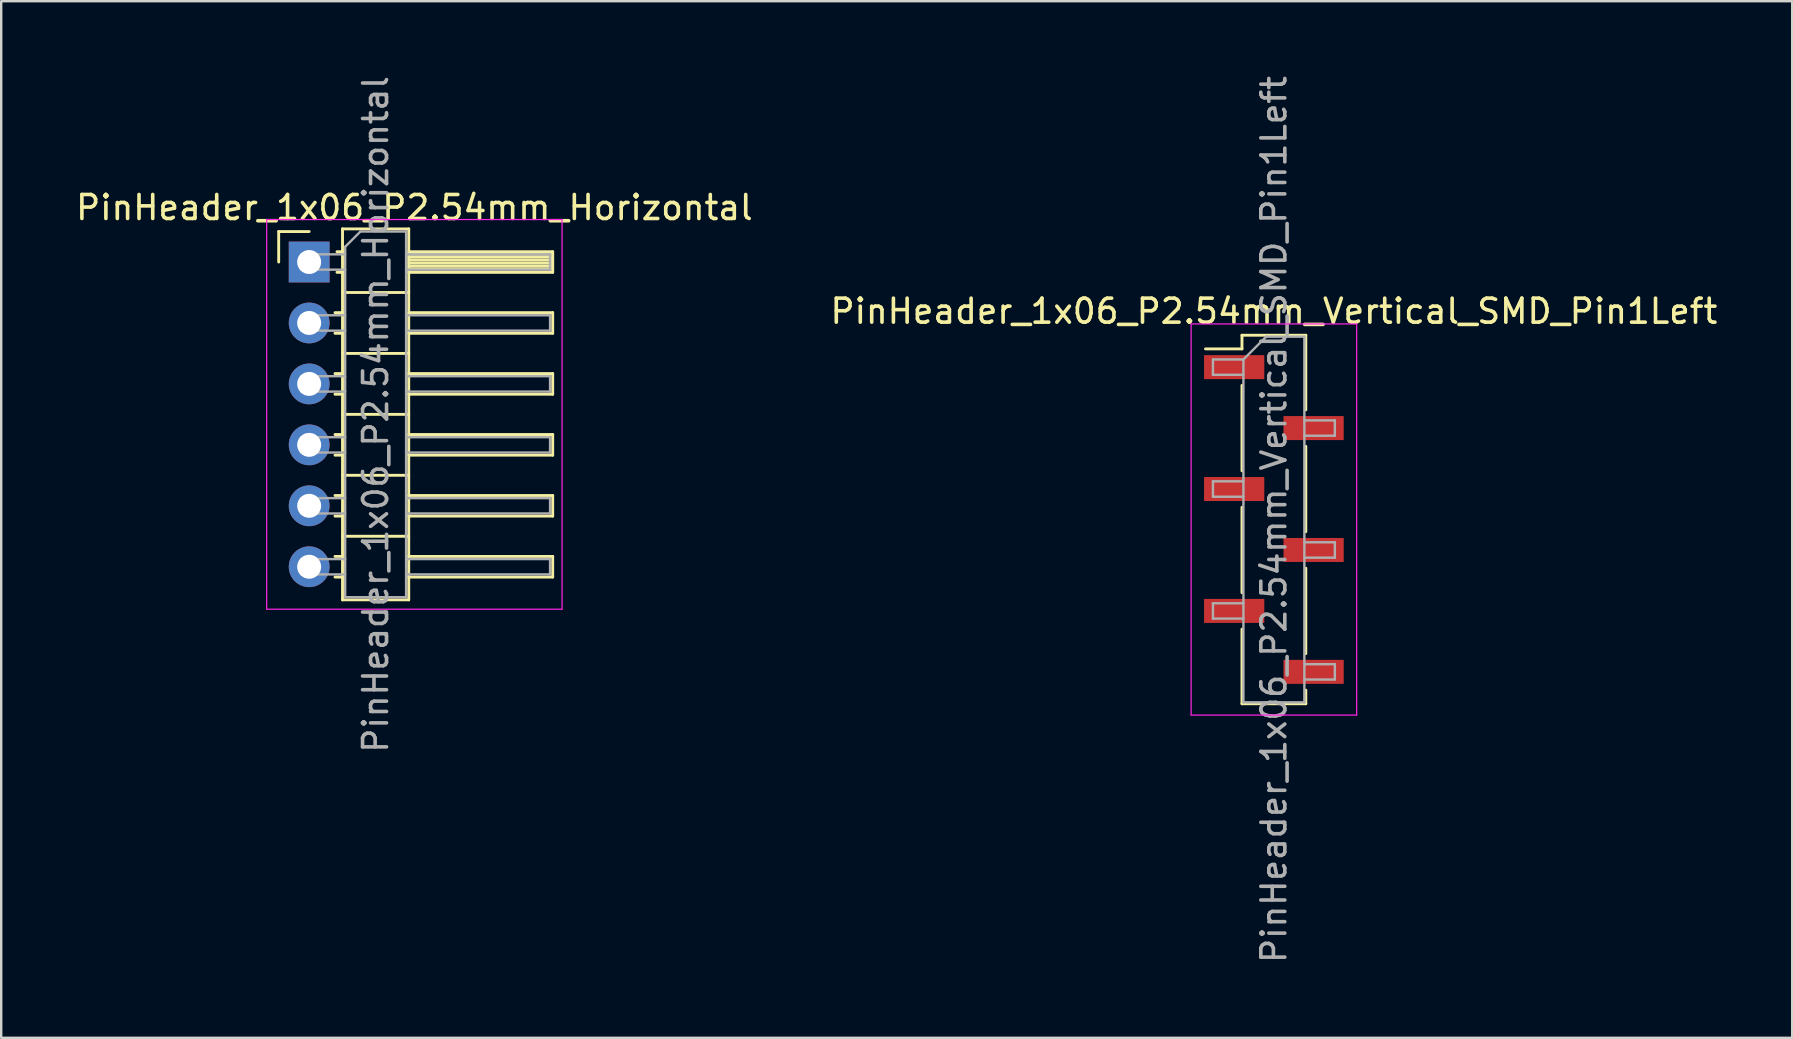
<source format=kicad_pcb>
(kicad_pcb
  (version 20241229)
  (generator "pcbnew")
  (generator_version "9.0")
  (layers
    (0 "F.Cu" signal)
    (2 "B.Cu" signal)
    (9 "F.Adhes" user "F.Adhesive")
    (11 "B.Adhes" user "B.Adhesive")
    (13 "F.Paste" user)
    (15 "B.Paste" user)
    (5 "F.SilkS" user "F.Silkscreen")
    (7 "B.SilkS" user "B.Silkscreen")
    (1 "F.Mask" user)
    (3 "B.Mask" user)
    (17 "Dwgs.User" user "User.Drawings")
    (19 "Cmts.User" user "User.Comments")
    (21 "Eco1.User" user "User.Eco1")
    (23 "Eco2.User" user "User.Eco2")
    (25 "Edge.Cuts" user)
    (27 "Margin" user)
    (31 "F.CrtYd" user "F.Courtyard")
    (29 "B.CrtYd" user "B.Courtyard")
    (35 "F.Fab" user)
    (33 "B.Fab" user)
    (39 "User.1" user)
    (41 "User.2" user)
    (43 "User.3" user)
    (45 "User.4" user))
  (footprint "PinHeader_1x06_P2.54mm_Horizontal"
    (layer "F.Cu")
    (at 9.835 7.87)
    (property "Reference" "PinHeader_1x06_P2.54mm_Horizontal" (at 4.385 -2.27 0) (layer "F.SilkS") (effects (font (size 1 1) (thickness 0.15))))
    (attr through_hole)
    (fp_line (start -1.27 -1.27) (end 0 -1.27) (stroke (width 0.12) (type solid)) (layer "F.SilkS"))
    (fp_line (start -1.27 0) (end -1.27 -1.27) (stroke (width 0.12) (type solid)) (layer "F.SilkS"))
    (fp_line (start 1.077 2.11) (end 1.39 2.11) (stroke (width 0.12) (type solid)) (layer "F.SilkS"))
    (fp_line (start 1.077 2.97) (end 1.39 2.97) (stroke (width 0.12) (type solid)) (layer "F.SilkS"))
    (fp_line (start 1.077 4.65) (end 1.39 4.65) (stroke (width 0.12) (type solid)) (layer "F.SilkS"))
    (fp_line (start 1.077 5.51) (end 1.39 5.51) (stroke (width 0.12) (type solid)) (layer "F.SilkS"))
    (fp_line (start 1.077 7.19) (end 1.39 7.19) (stroke (width 0.12) (type solid)) (layer "F.SilkS"))
    (fp_line (start 1.077 8.05) (end 1.39 8.05) (stroke (width 0.12) (type solid)) (layer "F.SilkS"))
    (fp_line (start 1.077 9.73) (end 1.39 9.73) (stroke (width 0.12) (type solid)) (layer "F.SilkS"))
    (fp_line (start 1.077 10.59) (end 1.39 10.59) (stroke (width 0.12) (type solid)) (layer "F.SilkS"))
    (fp_line (start 1.077 12.27) (end 1.39 12.27) (stroke (width 0.12) (type solid)) (layer "F.SilkS"))
    (fp_line (start 1.077 13.13) (end 1.39 13.13) (stroke (width 0.12) (type solid)) (layer "F.SilkS"))
    (fp_line (start 1.16 -0.43) (end 1.39 -0.43) (stroke (width 0.12) (type solid)) (layer "F.SilkS"))
    (fp_line (start 1.16 0.43) (end 1.39 0.43) (stroke (width 0.12) (type solid)) (layer "F.SilkS"))
    (fp_line (start 1.39 -1.38) (end 1.39 14.08) (stroke (width 0.12) (type solid)) (layer "F.SilkS"))
    (fp_line (start 1.39 1.27) (end 4.15 1.27) (stroke (width 0.12) (type solid)) (layer "F.SilkS"))
    (fp_line (start 1.39 3.81) (end 4.15 3.81) (stroke (width 0.12) (type solid)) (layer "F.SilkS"))
    (fp_line (start 1.39 6.35) (end 4.15 6.35) (stroke (width 0.12) (type solid)) (layer "F.SilkS"))
    (fp_line (start 1.39 8.89) (end 4.15 8.89) (stroke (width 0.12) (type solid)) (layer "F.SilkS"))
    (fp_line (start 1.39 11.43) (end 4.15 11.43) (stroke (width 0.12) (type solid)) (layer "F.SilkS"))
    (fp_line (start 1.39 14.08) (end 4.15 14.08) (stroke (width 0.12) (type solid)) (layer "F.SilkS"))
    (fp_line (start 4.15 -1.38) (end 1.39 -1.38) (stroke (width 0.12) (type solid)) (layer "F.SilkS"))
    (fp_line (start 4.15 -0.43) (end 10.15 -0.43) (stroke (width 0.12) (type solid)) (layer "F.SilkS"))
    (fp_line (start 4.15 -0.32) (end 10.15 -0.32) (stroke (width 0.12) (type solid)) (layer "F.SilkS"))
    (fp_line (start 4.15 -0.2) (end 10.15 -0.2) (stroke (width 0.12) (type solid)) (layer "F.SilkS"))
    (fp_line (start 4.15 -0.08) (end 10.15 -0.08) (stroke (width 0.12) (type solid)) (layer "F.SilkS"))
    (fp_line (start 4.15 0.04) (end 10.15 0.04) (stroke (width 0.12) (type solid)) (layer "F.SilkS"))
    (fp_line (start 4.15 0.16) (end 10.15 0.16) (stroke (width 0.12) (type solid)) (layer "F.SilkS"))
    (fp_line (start 4.15 0.28) (end 10.15 0.28) (stroke (width 0.12) (type solid)) (layer "F.SilkS"))
    (fp_line (start 4.15 2.11) (end 10.15 2.11) (stroke (width 0.12) (type solid)) (layer "F.SilkS"))
    (fp_line (start 4.15 4.65) (end 10.15 4.65) (stroke (width 0.12) (type solid)) (layer "F.SilkS"))
    (fp_line (start 4.15 7.19) (end 10.15 7.19) (stroke (width 0.12) (type solid)) (layer "F.SilkS"))
    (fp_line (start 4.15 9.73) (end 10.15 9.73) (stroke (width 0.12) (type solid)) (layer "F.SilkS"))
    (fp_line (start 4.15 12.27) (end 10.15 12.27) (stroke (width 0.12) (type solid)) (layer "F.SilkS"))
    (fp_line (start 4.15 14.08) (end 4.15 -1.38) (stroke (width 0.12) (type solid)) (layer "F.SilkS"))
    (fp_line (start 10.15 -0.43) (end 10.15 0.43) (stroke (width 0.12) (type solid)) (layer "F.SilkS"))
    (fp_line (start 10.15 0.43) (end 4.15 0.43) (stroke (width 0.12) (type solid)) (layer "F.SilkS"))
    (fp_line (start 10.15 2.11) (end 10.15 2.97) (stroke (width 0.12) (type solid)) (layer "F.SilkS"))
    (fp_line (start 10.15 2.97) (end 4.15 2.97) (stroke (width 0.12) (type solid)) (layer "F.SilkS"))
    (fp_line (start 10.15 4.65) (end 10.15 5.51) (stroke (width 0.12) (type solid)) (layer "F.SilkS"))
    (fp_line (start 10.15 5.51) (end 4.15 5.51) (stroke (width 0.12) (type solid)) (layer "F.SilkS"))
    (fp_line (start 10.15 7.19) (end 10.15 8.05) (stroke (width 0.12) (type solid)) (layer "F.SilkS"))
    (fp_line (start 10.15 8.05) (end 4.15 8.05) (stroke (width 0.12) (type solid)) (layer "F.SilkS"))
    (fp_line (start 10.15 9.73) (end 10.15 10.59) (stroke (width 0.12) (type solid)) (layer "F.SilkS"))
    (fp_line (start 10.15 10.59) (end 4.15 10.59) (stroke (width 0.12) (type solid)) (layer "F.SilkS"))
    (fp_line (start 10.15 12.27) (end 10.15 13.13) (stroke (width 0.12) (type solid)) (layer "F.SilkS"))
    (fp_line (start 10.15 13.13) (end 4.15 13.13) (stroke (width 0.12) (type solid)) (layer "F.SilkS"))
    (fp_line (start -1.77 -1.77) (end -1.77 14.47) (stroke (width 0.05) (type solid)) (layer "F.CrtYd"))
    (fp_line (start -1.77 14.47) (end 10.54 14.47) (stroke (width 0.05) (type solid)) (layer "F.CrtYd"))
    (fp_line (start 10.54 -1.77) (end -1.77 -1.77) (stroke (width 0.05) (type solid)) (layer "F.CrtYd"))
    (fp_line (start 10.54 14.47) (end 10.54 -1.77) (stroke (width 0.05) (type solid)) (layer "F.CrtYd"))
    (fp_line (start -0.32 -0.32) (end -0.32 0.32) (stroke (width 0.1) (type solid)) (layer "F.Fab"))
    (fp_line (start -0.32 -0.32) (end 1.5 -0.32) (stroke (width 0.1) (type solid)) (layer "F.Fab"))
    (fp_line (start -0.32 0.32) (end 1.5 0.32) (stroke (width 0.1) (type solid)) (layer "F.Fab"))
    (fp_line (start -0.32 2.22) (end -0.32 2.86) (stroke (width 0.1) (type solid)) (layer "F.Fab"))
    (fp_line (start -0.32 2.22) (end 1.5 2.22) (stroke (width 0.1) (type solid)) (layer "F.Fab"))
    (fp_line (start -0.32 2.86) (end 1.5 2.86) (stroke (width 0.1) (type solid)) (layer "F.Fab"))
    (fp_line (start -0.32 4.76) (end -0.32 5.4) (stroke (width 0.1) (type solid)) (layer "F.Fab"))
    (fp_line (start -0.32 4.76) (end 1.5 4.76) (stroke (width 0.1) (type solid)) (layer "F.Fab"))
    (fp_line (start -0.32 5.4) (end 1.5 5.4) (stroke (width 0.1) (type solid)) (layer "F.Fab"))
    (fp_line (start -0.32 7.3) (end -0.32 7.94) (stroke (width 0.1) (type solid)) (layer "F.Fab"))
    (fp_line (start -0.32 7.3) (end 1.5 7.3) (stroke (width 0.1) (type solid)) (layer "F.Fab"))
    (fp_line (start -0.32 7.94) (end 1.5 7.94) (stroke (width 0.1) (type solid)) (layer "F.Fab"))
    (fp_line (start -0.32 9.84) (end -0.32 10.48) (stroke (width 0.1) (type solid)) (layer "F.Fab"))
    (fp_line (start -0.32 9.84) (end 1.5 9.84) (stroke (width 0.1) (type solid)) (layer "F.Fab"))
    (fp_line (start -0.32 10.48) (end 1.5 10.48) (stroke (width 0.1) (type solid)) (layer "F.Fab"))
    (fp_line (start -0.32 12.38) (end -0.32 13.02) (stroke (width 0.1) (type solid)) (layer "F.Fab"))
    (fp_line (start -0.32 12.38) (end 1.5 12.38) (stroke (width 0.1) (type solid)) (layer "F.Fab"))
    (fp_line (start -0.32 13.02) (end 1.5 13.02) (stroke (width 0.1) (type solid)) (layer "F.Fab"))
    (fp_line (start 1.5 -0.635) (end 2.135 -1.27) (stroke (width 0.1) (type solid)) (layer "F.Fab"))
    (fp_line (start 1.5 13.97) (end 1.5 -0.635) (stroke (width 0.1) (type solid)) (layer "F.Fab"))
    (fp_line (start 2.135 -1.27) (end 4.04 -1.27) (stroke (width 0.1) (type solid)) (layer "F.Fab"))
    (fp_line (start 4.04 -1.27) (end 4.04 13.97) (stroke (width 0.1) (type solid)) (layer "F.Fab"))
    (fp_line (start 4.04 -0.32) (end 10.04 -0.32) (stroke (width 0.1) (type solid)) (layer "F.Fab"))
    (fp_line (start 4.04 0.32) (end 10.04 0.32) (stroke (width 0.1) (type solid)) (layer "F.Fab"))
    (fp_line (start 4.04 2.22) (end 10.04 2.22) (stroke (width 0.1) (type solid)) (layer "F.Fab"))
    (fp_line (start 4.04 2.86) (end 10.04 2.86) (stroke (width 0.1) (type solid)) (layer "F.Fab"))
    (fp_line (start 4.04 4.76) (end 10.04 4.76) (stroke (width 0.1) (type solid)) (layer "F.Fab"))
    (fp_line (start 4.04 5.4) (end 10.04 5.4) (stroke (width 0.1) (type solid)) (layer "F.Fab"))
    (fp_line (start 4.04 7.3) (end 10.04 7.3) (stroke (width 0.1) (type solid)) (layer "F.Fab"))
    (fp_line (start 4.04 7.94) (end 10.04 7.94) (stroke (width 0.1) (type solid)) (layer "F.Fab"))
    (fp_line (start 4.04 9.84) (end 10.04 9.84) (stroke (width 0.1) (type solid)) (layer "F.Fab"))
    (fp_line (start 4.04 10.48) (end 10.04 10.48) (stroke (width 0.1) (type solid)) (layer "F.Fab"))
    (fp_line (start 4.04 12.38) (end 10.04 12.38) (stroke (width 0.1) (type solid)) (layer "F.Fab"))
    (fp_line (start 4.04 13.02) (end 10.04 13.02) (stroke (width 0.1) (type solid)) (layer "F.Fab"))
    (fp_line (start 4.04 13.97) (end 1.5 13.97) (stroke (width 0.1) (type solid)) (layer "F.Fab"))
    (fp_line (start 10.04 -0.32) (end 10.04 0.32) (stroke (width 0.1) (type solid)) (layer "F.Fab"))
    (fp_line (start 10.04 2.22) (end 10.04 2.86) (stroke (width 0.1) (type solid)) (layer "F.Fab"))
    (fp_line (start 10.04 4.76) (end 10.04 5.4) (stroke (width 0.1) (type solid)) (layer "F.Fab"))
    (fp_line (start 10.04 7.3) (end 10.04 7.94) (stroke (width 0.1) (type solid)) (layer "F.Fab"))
    (fp_line (start 10.04 9.84) (end 10.04 10.48) (stroke (width 0.1) (type solid)) (layer "F.Fab"))
    (fp_line (start 10.04 12.38) (end 10.04 13.02) (stroke (width 0.1) (type solid)) (layer "F.Fab"))
    (fp_text user "${REFERENCE}" (at 2.77 6.35 90) (layer "F.Fab") (effects (font (size 1 1) (thickness 0.15))))
    (pad "1" thru_hole rect (at 0 0) (size 1.7 1.7) (drill 1) (layers "*.Cu" "*.Mask"))
    (pad "2" thru_hole circle (at 0 2.54) (size 1.7 1.7) (drill 1) (layers "*.Cu" "*.Mask"))
    (pad "3" thru_hole circle (at 0 5.08) (size 1.7 1.7) (drill 1) (layers "*.Cu" "*.Mask"))
    (pad "4" thru_hole circle (at 0 7.62) (size 1.7 1.7) (drill 1) (layers "*.Cu" "*.Mask"))
    (pad "5" thru_hole circle (at 0 10.16) (size 1.7 1.7) (drill 1) (layers "*.Cu" "*.Mask"))
    (pad "6" thru_hole circle (at 0 12.7) (size 1.7 1.7) (drill 1) (layers "*.Cu" "*.Mask")))
  (footprint "PinHeader_1x06_P2.54mm_Vertical_SMD_Pin1Left"
    (layer "F.Cu")
    (at 50.042 18.601)
    (property "Reference" "PinHeader_1x06_P2.54mm_Vertical_SMD_Pin1Left" (at 0 -8.68 0) (layer "F.SilkS") (effects (font (size 1 1) (thickness 0.15))))
    (attr smd)
    (fp_line (start -1.33 -7.68) (end -1.33 -7.11) (stroke (width 0.12) (type solid)) (layer "F.SilkS"))
    (fp_line (start -1.33 -7.68) (end 1.33 -7.68) (stroke (width 0.12) (type solid)) (layer "F.SilkS"))
    (fp_line (start -1.33 -7.11) (end -2.85 -7.11) (stroke (width 0.12) (type solid)) (layer "F.SilkS"))
    (fp_line (start -1.33 -5.59) (end -1.33 -2.03) (stroke (width 0.12) (type solid)) (layer "F.SilkS"))
    (fp_line (start -1.33 -0.51) (end -1.33 3.05) (stroke (width 0.12) (type solid)) (layer "F.SilkS"))
    (fp_line (start -1.33 4.57) (end -1.33 7.68) (stroke (width 0.12) (type solid)) (layer "F.SilkS"))
    (fp_line (start -1.33 7.68) (end 1.33 7.68) (stroke (width 0.12) (type solid)) (layer "F.SilkS"))
    (fp_line (start 1.33 -7.68) (end 1.33 -4.57) (stroke (width 0.12) (type solid)) (layer "F.SilkS"))
    (fp_line (start 1.33 -3.05) (end 1.33 0.51) (stroke (width 0.12) (type solid)) (layer "F.SilkS"))
    (fp_line (start 1.33 2.03) (end 1.33 5.59) (stroke (width 0.12) (type solid)) (layer "F.SilkS"))
    (fp_line (start 1.33 7.11) (end 1.33 7.68) (stroke (width 0.12) (type solid)) (layer "F.SilkS"))
    (fp_line (start -3.45 -8.15) (end -3.45 8.15) (stroke (width 0.05) (type solid)) (layer "F.CrtYd"))
    (fp_line (start -3.45 8.15) (end 3.45 8.15) (stroke (width 0.05) (type solid)) (layer "F.CrtYd"))
    (fp_line (start 3.45 -8.15) (end -3.45 -8.15) (stroke (width 0.05) (type solid)) (layer "F.CrtYd"))
    (fp_line (start 3.45 8.15) (end 3.45 -8.15) (stroke (width 0.05) (type solid)) (layer "F.CrtYd"))
    (fp_line (start -2.54 -6.67) (end -2.54 -6.03) (stroke (width 0.1) (type solid)) (layer "F.Fab"))
    (fp_line (start -2.54 -6.03) (end -1.27 -6.03) (stroke (width 0.1) (type solid)) (layer "F.Fab"))
    (fp_line (start -2.54 -1.59) (end -2.54 -0.95) (stroke (width 0.1) (type solid)) (layer "F.Fab"))
    (fp_line (start -2.54 -0.95) (end -1.27 -0.95) (stroke (width 0.1) (type solid)) (layer "F.Fab"))
    (fp_line (start -2.54 3.49) (end -2.54 4.13) (stroke (width 0.1) (type solid)) (layer "F.Fab"))
    (fp_line (start -2.54 4.13) (end -1.27 4.13) (stroke (width 0.1) (type solid)) (layer "F.Fab"))
    (fp_line (start -1.27 -6.67) (end -2.54 -6.67) (stroke (width 0.1) (type solid)) (layer "F.Fab"))
    (fp_line (start -1.27 -6.67) (end -0.32 -7.62) (stroke (width 0.1) (type solid)) (layer "F.Fab"))
    (fp_line (start -1.27 -1.59) (end -2.54 -1.59) (stroke (width 0.1) (type solid)) (layer "F.Fab"))
    (fp_line (start -1.27 3.49) (end -2.54 3.49) (stroke (width 0.1) (type solid)) (layer "F.Fab"))
    (fp_line (start -1.27 7.62) (end -1.27 -6.67) (stroke (width 0.1) (type solid)) (layer "F.Fab"))
    (fp_line (start -0.32 -7.62) (end 1.27 -7.62) (stroke (width 0.1) (type solid)) (layer "F.Fab"))
    (fp_line (start 1.27 -7.62) (end 1.27 7.62) (stroke (width 0.1) (type solid)) (layer "F.Fab"))
    (fp_line (start 1.27 -4.13) (end 2.54 -4.13) (stroke (width 0.1) (type solid)) (layer "F.Fab"))
    (fp_line (start 1.27 0.95) (end 2.54 0.95) (stroke (width 0.1) (type solid)) (layer "F.Fab"))
    (fp_line (start 1.27 6.03) (end 2.54 6.03) (stroke (width 0.1) (type solid)) (layer "F.Fab"))
    (fp_line (start 1.27 7.62) (end -1.27 7.62) (stroke (width 0.1) (type solid)) (layer "F.Fab"))
    (fp_line (start 2.54 -4.13) (end 2.54 -3.49) (stroke (width 0.1) (type solid)) (layer "F.Fab"))
    (fp_line (start 2.54 -3.49) (end 1.27 -3.49) (stroke (width 0.1) (type solid)) (layer "F.Fab"))
    (fp_line (start 2.54 0.95) (end 2.54 1.59) (stroke (width 0.1) (type solid)) (layer "F.Fab"))
    (fp_line (start 2.54 1.59) (end 1.27 1.59) (stroke (width 0.1) (type solid)) (layer "F.Fab"))
    (fp_line (start 2.54 6.03) (end 2.54 6.67) (stroke (width 0.1) (type solid)) (layer "F.Fab"))
    (fp_line (start 2.54 6.67) (end 1.27 6.67) (stroke (width 0.1) (type solid)) (layer "F.Fab"))
    (fp_text user "${REFERENCE}" (at 0 0 90) (layer "F.Fab") (effects (font (size 1 1) (thickness 0.15))))
    (pad "1" smd rect (at -1.655 -6.35) (size 2.51 1) (layers "F.Cu" "F.Mask" "F.Paste"))
    (pad "2" smd rect (at 1.655 -3.81) (size 2.51 1) (layers "F.Cu" "F.Mask" "F.Paste"))
    (pad "3" smd rect (at -1.655 -1.27) (size 2.51 1) (layers "F.Cu" "F.Mask" "F.Paste"))
    (pad "4" smd rect (at 1.655 1.27) (size 2.51 1) (layers "F.Cu" "F.Mask" "F.Paste"))
    (pad "5" smd rect (at -1.655 3.81) (size 2.51 1) (layers "F.Cu" "F.Mask" "F.Paste"))
    (pad "6" smd rect (at 1.655 6.35) (size 2.51 1) (layers "F.Cu" "F.Mask" "F.Paste")))
  (gr_rect
    (start -3 -3)
    (end 71.643 40.202)
    (stroke (width 0.1) (type default))
    (fill no)
    (layer "Edge.Cuts")))
</source>
